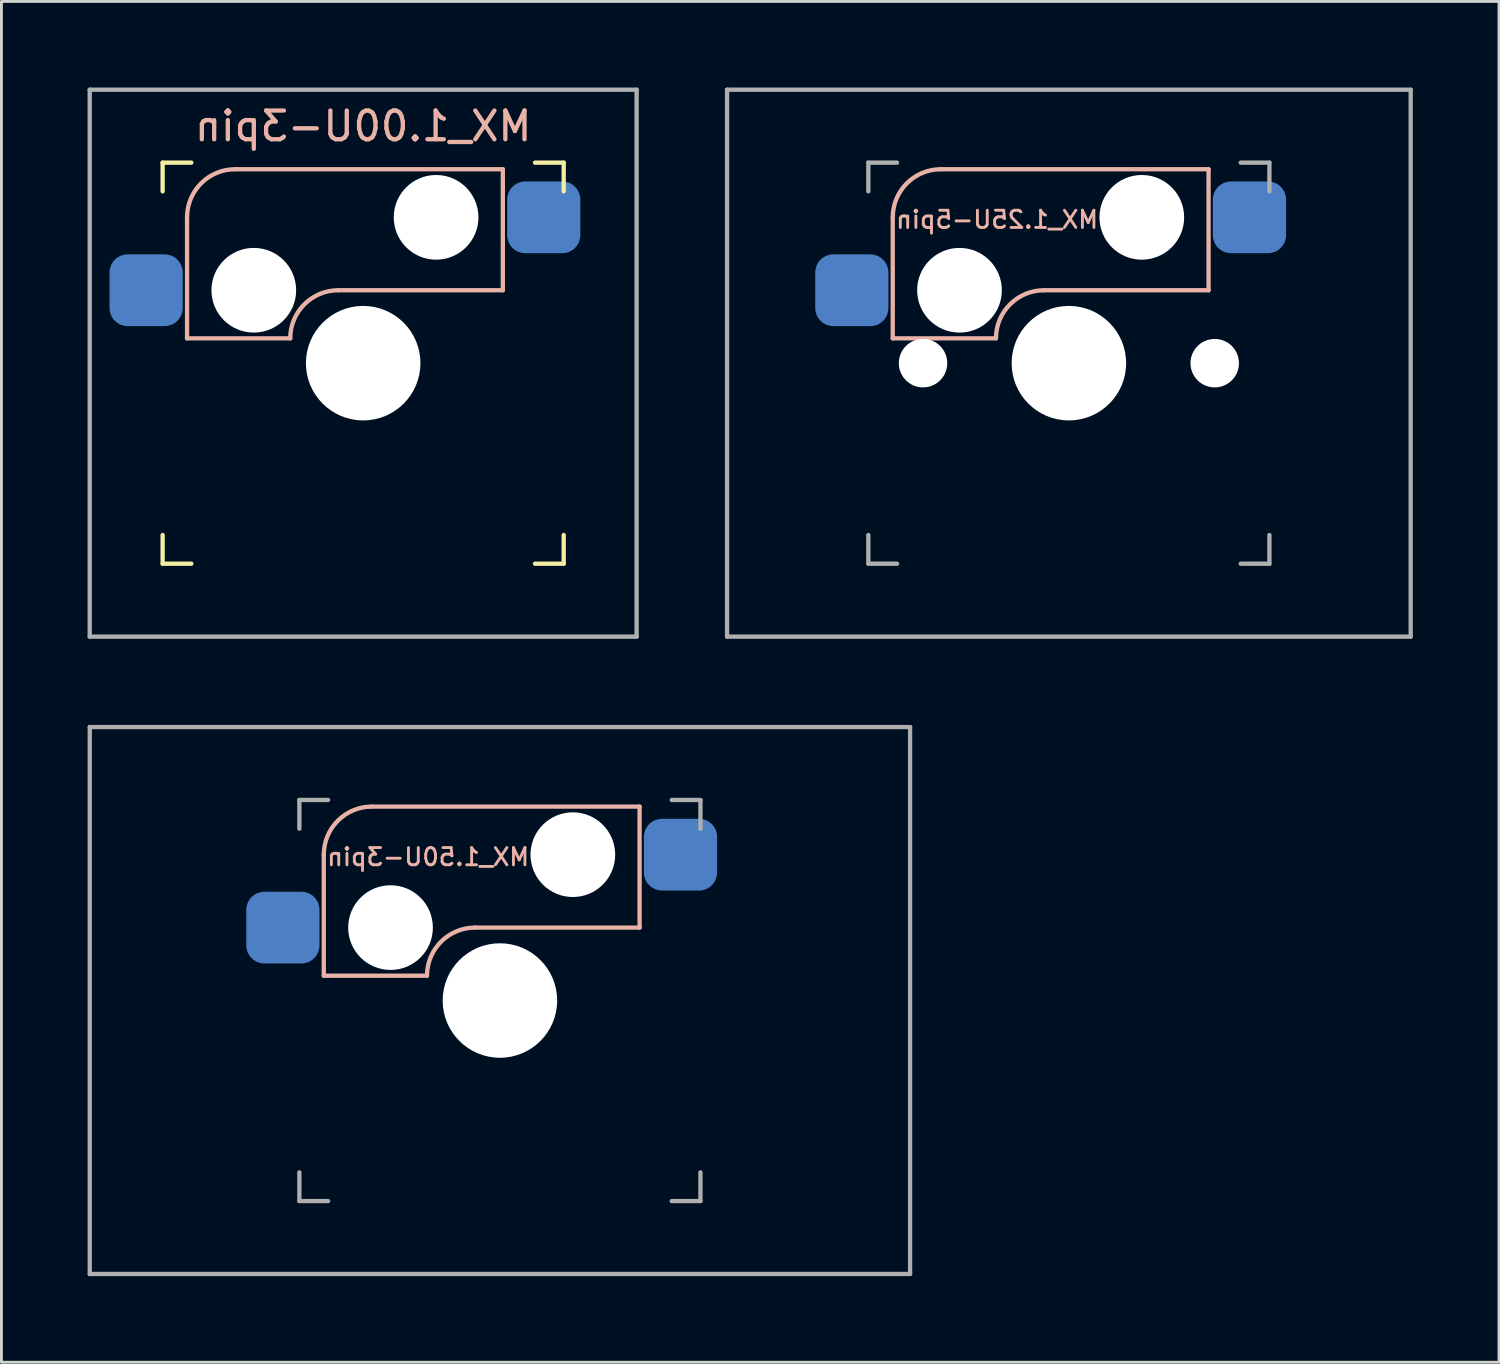
<source format=kicad_pcb>
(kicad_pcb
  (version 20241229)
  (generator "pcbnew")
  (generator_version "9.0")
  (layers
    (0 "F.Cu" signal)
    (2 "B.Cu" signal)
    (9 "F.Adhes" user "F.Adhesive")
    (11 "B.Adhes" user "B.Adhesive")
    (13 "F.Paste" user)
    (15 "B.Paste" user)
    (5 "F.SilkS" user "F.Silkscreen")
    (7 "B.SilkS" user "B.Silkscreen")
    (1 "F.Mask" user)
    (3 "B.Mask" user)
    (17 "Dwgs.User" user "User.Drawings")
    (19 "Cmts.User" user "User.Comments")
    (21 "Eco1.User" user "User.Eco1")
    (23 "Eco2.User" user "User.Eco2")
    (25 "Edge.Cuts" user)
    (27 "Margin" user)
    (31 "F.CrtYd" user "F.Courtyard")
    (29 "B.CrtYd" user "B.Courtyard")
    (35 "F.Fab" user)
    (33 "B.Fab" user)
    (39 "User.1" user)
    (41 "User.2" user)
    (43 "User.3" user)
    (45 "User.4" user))
  (footprint "MX_1.50U-3pin"
    (layer "F.Cu")
    (at 14.363 31.8)
    (property "Reference" "MX_1.50U-3pin" (at -2.5 -5 0) (layer "B.SilkS") (effects (font (size 0.6 0.6) (thickness 0.1)) (justify mirror)))
    (attr smd)
    (fp_line (start -6.135 -5.08) (end -6.135 -0.865) (stroke (width 0.15) (type solid)) (layer "B.SilkS"))
    (fp_line (start -6.135 -0.865) (end -2.54 -0.865) (stroke (width 0.15) (type solid)) (layer "B.SilkS"))
    (fp_line (start -4.46 -6.755) (end 4.865 -6.755) (stroke (width 0.15) (type solid)) (layer "B.SilkS"))
    (fp_line (start -0.865 -2.54) (end 4.865 -2.54) (stroke (width 0.15) (type solid)) (layer "B.SilkS"))
    (fp_line (start 4.865 -6.755) (end 4.865 -2.54) (stroke (width 0.15) (type solid)) (layer "B.SilkS"))
    (fp_arc (start -6.135 -5.08) (mid -5.644404 -6.264404) (end -4.46 -6.755) (stroke (width 0.15) (type solid)) (layer "B.SilkS"))
    (fp_arc (start -2.54 -0.865) (mid -2.049404 -2.049404) (end -0.865 -2.54) (stroke (width 0.15) (type solid)) (layer "B.SilkS"))
    (fp_line (start -6.985 6.985) (end -6.985 -6.985) (stroke (width 0.15) (type solid)) (layer "Eco2.User"))
    (fp_line (start -6.985 6.985) (end 6.985 6.985) (stroke (width 0.15) (type solid)) (layer "Eco2.User"))
    (fp_line (start 6.985 -6.985) (end -6.985 -6.985) (stroke (width 0.15) (type solid)) (layer "Eco2.User"))
    (fp_line (start 6.985 -6.985) (end 6.985 6.985) (stroke (width 0.15) (type solid)) (layer "Eco2.User"))
    (fp_line (start -14.287 -9.525) (end 14.287 -9.525) (stroke (width 0.15) (type solid)) (layer "F.Fab"))
    (fp_line (start -14.287 9.525) (end -14.287 -9.525) (stroke (width 0.15) (type solid)) (layer "F.Fab"))
    (fp_line (start -6.985 -5.985) (end -6.985 -6.985) (stroke (width 0.15) (type solid)) (layer "F.Fab"))
    (fp_line (start -6.985 6.985) (end -6.985 5.985) (stroke (width 0.15) (type solid)) (layer "F.Fab"))
    (fp_line (start -6.985 6.985) (end -5.985 6.985) (stroke (width 0.15) (type solid)) (layer "F.Fab"))
    (fp_line (start -5.985 -6.985) (end -6.985 -6.985) (stroke (width 0.15) (type solid)) (layer "F.Fab"))
    (fp_line (start 5.985 6.985) (end 6.985 6.985) (stroke (width 0.15) (type solid)) (layer "F.Fab"))
    (fp_line (start 6.985 -6.985) (end 5.985 -6.985) (stroke (width 0.15) (type solid)) (layer "F.Fab"))
    (fp_line (start 6.985 -6.985) (end 6.985 -5.985) (stroke (width 0.15) (type solid)) (layer "F.Fab"))
    (fp_line (start 6.985 5.985) (end 6.985 6.985) (stroke (width 0.15) (type solid)) (layer "F.Fab"))
    (fp_line (start 14.287 -9.525) (end 14.287 9.525) (stroke (width 0.15) (type solid)) (layer "F.Fab"))
    (fp_line (start 14.287 9.525) (end -14.287 9.525) (stroke (width 0.15) (type solid)) (layer "F.Fab"))
    (pad "" np_thru_hole circle (at -3.81 -2.54) (size 2.95 2.95) (drill 2.95) (layers "*.Cu" "*.Mask"))
    (pad "" np_thru_hole circle (at 0 0) (size 3.988 3.988) (drill 3.988) (layers "*.Cu" "*.Mask"))
    (pad "" np_thru_hole circle (at 2.54 -5.08) (size 2.95 2.95) (drill 2.95) (layers "*.Cu" "*.Mask"))
    (pad "1" smd roundrect (at 6.29 -5.08) (size 2.55 2.5) (layers "B.Cu" "B.Mask" "B.Paste") (roundrect_rratio 0.25))
    (pad "2" smd roundrect (at -7.56 -2.54) (size 2.55 2.5) (layers "B.Cu" "B.Mask" "B.Paste") (roundrect_rratio 0.25)))
  (footprint "MX_1.25U-5pin"
    (layer "F.Cu")
    (at 34.181 9.6)
    (property "Reference" "MX_1.25U-5pin" (at -2.5 -5 0) (layer "B.SilkS") (effects (font (size 0.6 0.6) (thickness 0.1)) (justify mirror)))
    (attr smd)
    (fp_line (start -6.135 -5.08) (end -6.135 -0.865) (stroke (width 0.15) (type solid)) (layer "B.SilkS"))
    (fp_line (start -6.135 -0.865) (end -2.54 -0.865) (stroke (width 0.15) (type solid)) (layer "B.SilkS"))
    (fp_line (start -4.46 -6.755) (end 4.865 -6.755) (stroke (width 0.15) (type solid)) (layer "B.SilkS"))
    (fp_line (start -0.865 -2.54) (end 4.865 -2.54) (stroke (width 0.15) (type solid)) (layer "B.SilkS"))
    (fp_line (start 4.865 -6.755) (end 4.865 -2.54) (stroke (width 0.15) (type solid)) (layer "B.SilkS"))
    (fp_arc (start -6.135 -5.08) (mid -5.644404 -6.264404) (end -4.46 -6.755) (stroke (width 0.15) (type solid)) (layer "B.SilkS"))
    (fp_arc (start -2.54 -0.865) (mid -2.049404 -2.049404) (end -0.865 -2.54) (stroke (width 0.15) (type solid)) (layer "B.SilkS"))
    (fp_line (start -6.985 6.985) (end -6.985 -6.985) (stroke (width 0.15) (type solid)) (layer "Eco2.User"))
    (fp_line (start -6.985 6.985) (end 6.985 6.985) (stroke (width 0.15) (type solid)) (layer "Eco2.User"))
    (fp_line (start 6.985 -6.985) (end -6.985 -6.985) (stroke (width 0.15) (type solid)) (layer "Eco2.User"))
    (fp_line (start 6.985 -6.985) (end 6.985 6.985) (stroke (width 0.15) (type solid)) (layer "Eco2.User"))
    (fp_line (start -11.906 -9.525) (end 11.906 -9.525) (stroke (width 0.15) (type solid)) (layer "F.Fab"))
    (fp_line (start -11.906 9.525) (end -11.906 -9.525) (stroke (width 0.15) (type solid)) (layer "F.Fab"))
    (fp_line (start -6.985 -5.985) (end -6.985 -6.985) (stroke (width 0.15) (type solid)) (layer "F.Fab"))
    (fp_line (start -6.985 6.985) (end -6.985 5.985) (stroke (width 0.15) (type solid)) (layer "F.Fab"))
    (fp_line (start -6.985 6.985) (end -5.985 6.985) (stroke (width 0.15) (type solid)) (layer "F.Fab"))
    (fp_line (start -5.985 -6.985) (end -6.985 -6.985) (stroke (width 0.15) (type solid)) (layer "F.Fab"))
    (fp_line (start 5.985 6.985) (end 6.985 6.985) (stroke (width 0.15) (type solid)) (layer "F.Fab"))
    (fp_line (start 6.985 -6.985) (end 5.985 -6.985) (stroke (width 0.15) (type solid)) (layer "F.Fab"))
    (fp_line (start 6.985 -6.985) (end 6.985 -5.985) (stroke (width 0.15) (type solid)) (layer "F.Fab"))
    (fp_line (start 6.985 5.985) (end 6.985 6.985) (stroke (width 0.15) (type solid)) (layer "F.Fab"))
    (fp_line (start 11.906 -9.525) (end 11.906 9.525) (stroke (width 0.15) (type solid)) (layer "F.Fab"))
    (fp_line (start 11.906 9.525) (end -11.906 9.525) (stroke (width 0.15) (type solid)) (layer "F.Fab"))
    (pad "" np_thru_hole circle (at -5.08 0) (size 1.688 1.688) (drill 1.688) (layers "*.Cu" "*.Mask"))
    (pad "" np_thru_hole circle (at -3.81 -2.54) (size 2.95 2.95) (drill 2.95) (layers "*.Cu" "*.Mask"))
    (pad "" np_thru_hole circle (at 0 0) (size 3.988 3.988) (drill 3.988) (layers "*.Cu" "*.Mask"))
    (pad "" np_thru_hole circle (at 2.54 -5.08) (size 2.95 2.95) (drill 2.95) (layers "*.Cu" "*.Mask"))
    (pad "" np_thru_hole circle (at 5.08 0) (size 1.688 1.688) (drill 1.688) (layers "*.Cu" "*.Mask"))
    (pad "1" smd roundrect (at 6.29 -5.08) (size 2.55 2.5) (layers "B.Cu" "B.Mask" "B.Paste") (roundrect_rratio 0.25))
    (pad "2" smd roundrect (at -7.56 -2.54) (size 2.55 2.5) (layers "B.Cu" "B.Mask" "B.Paste") (roundrect_rratio 0.25)))
  (footprint "MX_1.00U-3pin"
    (layer "F.Cu")
    (at 9.6 9.6)
    (property "Reference" "MX_1.00U-3pin" (at 0 -8.255 0) (layer "B.SilkS") (effects (font (size 1 1) (thickness 0.15)) (justify mirror)))
    (attr smd)
    (fp_line (start -6.985 -5.985) (end -6.985 -6.985) (stroke (width 0.15) (type solid)) (layer "F.SilkS"))
    (fp_line (start -6.985 6.985) (end -6.985 5.985) (stroke (width 0.15) (type solid)) (layer "F.SilkS"))
    (fp_line (start -6.985 6.985) (end -5.985 6.985) (stroke (width 0.15) (type solid)) (layer "F.SilkS"))
    (fp_line (start -5.985 -6.985) (end -6.985 -6.985) (stroke (width 0.15) (type solid)) (layer "F.SilkS"))
    (fp_line (start 5.985 6.985) (end 6.985 6.985) (stroke (width 0.15) (type solid)) (layer "F.SilkS"))
    (fp_line (start 6.985 -6.985) (end 5.985 -6.985) (stroke (width 0.15) (type solid)) (layer "F.SilkS"))
    (fp_line (start 6.985 -6.985) (end 6.985 -5.985) (stroke (width 0.15) (type solid)) (layer "F.SilkS"))
    (fp_line (start 6.985 5.985) (end 6.985 6.985) (stroke (width 0.15) (type solid)) (layer "F.SilkS"))
    (fp_line (start -6.135 -5.08) (end -6.135 -0.865) (stroke (width 0.15) (type solid)) (layer "B.SilkS"))
    (fp_line (start -6.135 -0.865) (end -2.54 -0.865) (stroke (width 0.15) (type solid)) (layer "B.SilkS"))
    (fp_line (start -4.46 -6.755) (end 4.865 -6.755) (stroke (width 0.15) (type solid)) (layer "B.SilkS"))
    (fp_line (start -0.865 -2.54) (end 4.865 -2.54) (stroke (width 0.15) (type solid)) (layer "B.SilkS"))
    (fp_line (start 4.865 -6.755) (end 4.865 -2.54) (stroke (width 0.15) (type solid)) (layer "B.SilkS"))
    (fp_arc (start -6.135 -5.08) (mid -5.644404 -6.264404) (end -4.46 -6.755) (stroke (width 0.15) (type solid)) (layer "B.SilkS"))
    (fp_arc (start -2.54 -0.865) (mid -2.049404 -2.049404) (end -0.865 -2.54) (stroke (width 0.15) (type solid)) (layer "B.SilkS"))
    (fp_line (start -6.985 6.985) (end -6.985 -6.985) (stroke (width 0.15) (type solid)) (layer "Eco2.User"))
    (fp_line (start -6.985 6.985) (end 6.985 6.985) (stroke (width 0.15) (type solid)) (layer "Eco2.User"))
    (fp_line (start 6.985 -6.985) (end -6.985 -6.985) (stroke (width 0.15) (type solid)) (layer "Eco2.User"))
    (fp_line (start 6.985 -6.985) (end 6.985 6.985) (stroke (width 0.15) (type solid)) (layer "Eco2.User"))
    (fp_line (start -9.525 -9.525) (end 9.525 -9.525) (stroke (width 0.15) (type solid)) (layer "F.Fab"))
    (fp_line (start -9.525 9.525) (end -9.525 -9.525) (stroke (width 0.15) (type solid)) (layer "F.Fab"))
    (fp_line (start 9.525 -9.525) (end 9.525 9.525) (stroke (width 0.15) (type solid)) (layer "F.Fab"))
    (fp_line (start 9.525 9.525) (end -9.525 9.525) (stroke (width 0.15) (type solid)) (layer "F.Fab"))
    (pad "" np_thru_hole circle (at -3.81 -2.54) (size 2.95 2.95) (drill 2.95) (layers "*.Cu" "*.Mask"))
    (pad "" np_thru_hole circle (at 0 0) (size 3.988 3.988) (drill 3.988) (layers "*.Cu" "*.Mask"))
    (pad "" np_thru_hole circle (at 2.54 -5.08) (size 2.95 2.95) (drill 2.95) (layers "*.Cu" "*.Mask"))
    (pad "1" smd roundrect (at 6.29 -5.08) (size 2.55 2.5) (layers "B.Cu" "B.Mask" "B.Paste") (roundrect_rratio 0.25))
    (pad "2" smd roundrect (at -7.56 -2.54) (size 2.55 2.5) (layers "B.Cu" "B.Mask" "B.Paste") (roundrect_rratio 0.25)))
  (gr_rect
    (start -3 -3)
    (end 49.163 44.4)
    (stroke (width 0.1) (type default))
    (fill no)
    (layer "Edge.Cuts")))
</source>
